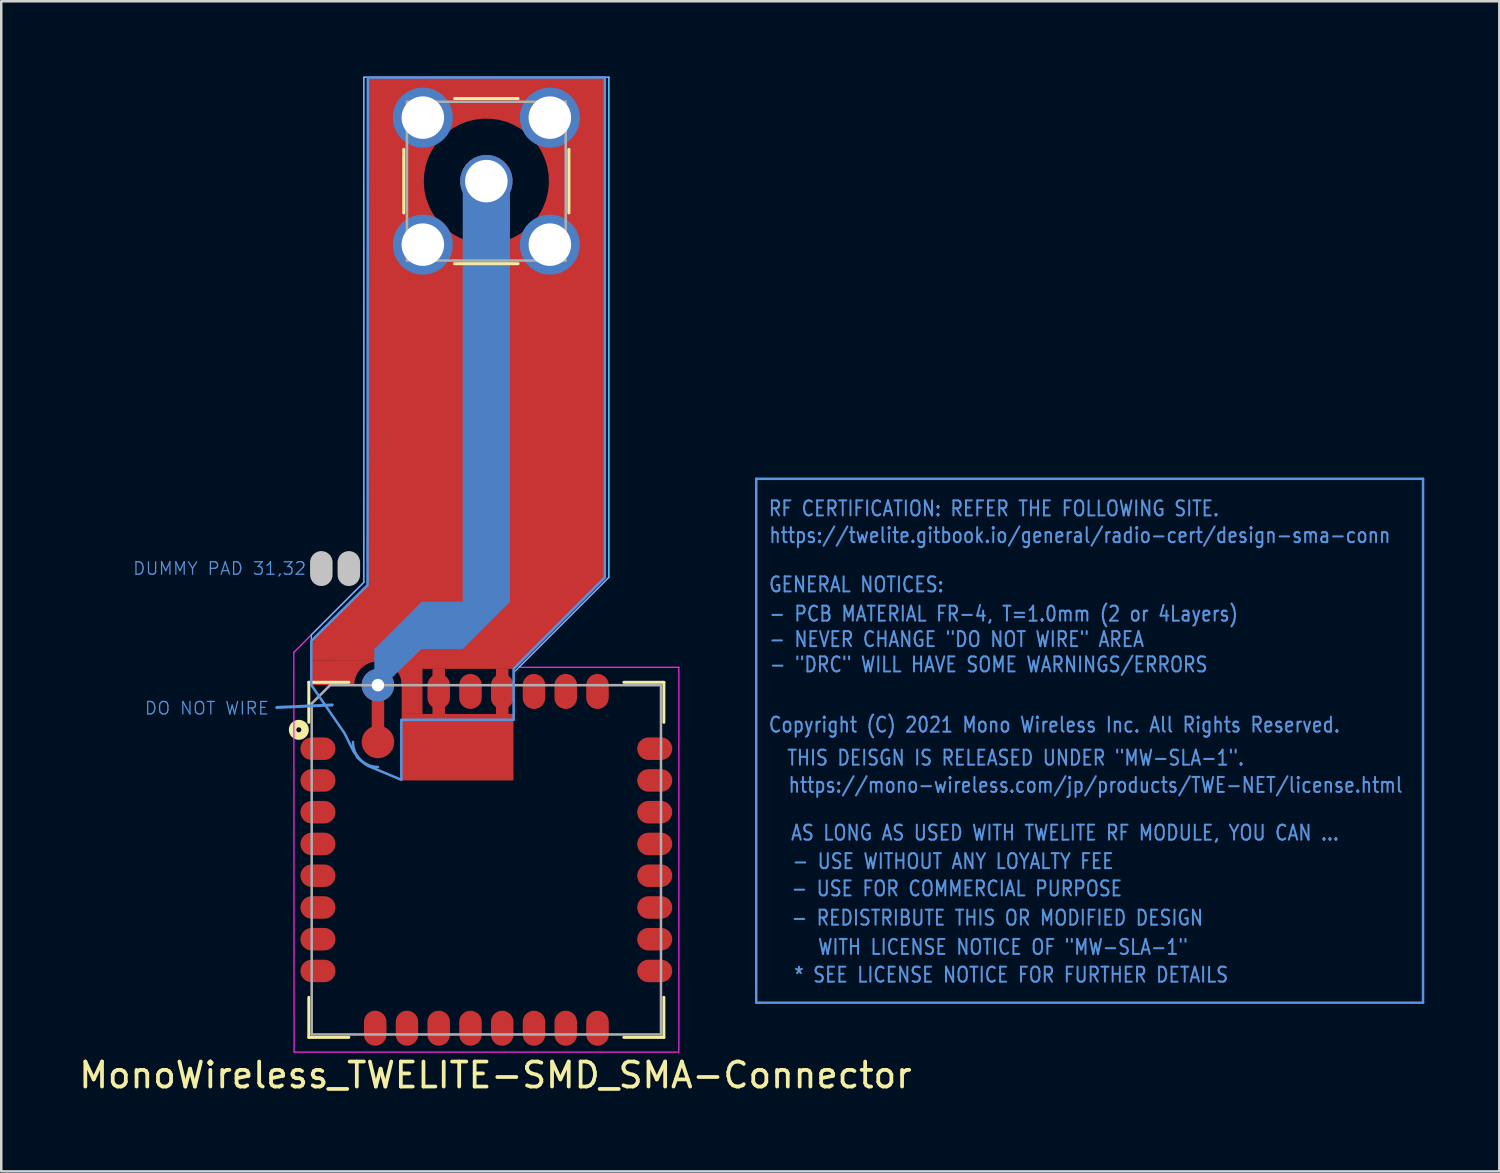
<source format=kicad_pcb>
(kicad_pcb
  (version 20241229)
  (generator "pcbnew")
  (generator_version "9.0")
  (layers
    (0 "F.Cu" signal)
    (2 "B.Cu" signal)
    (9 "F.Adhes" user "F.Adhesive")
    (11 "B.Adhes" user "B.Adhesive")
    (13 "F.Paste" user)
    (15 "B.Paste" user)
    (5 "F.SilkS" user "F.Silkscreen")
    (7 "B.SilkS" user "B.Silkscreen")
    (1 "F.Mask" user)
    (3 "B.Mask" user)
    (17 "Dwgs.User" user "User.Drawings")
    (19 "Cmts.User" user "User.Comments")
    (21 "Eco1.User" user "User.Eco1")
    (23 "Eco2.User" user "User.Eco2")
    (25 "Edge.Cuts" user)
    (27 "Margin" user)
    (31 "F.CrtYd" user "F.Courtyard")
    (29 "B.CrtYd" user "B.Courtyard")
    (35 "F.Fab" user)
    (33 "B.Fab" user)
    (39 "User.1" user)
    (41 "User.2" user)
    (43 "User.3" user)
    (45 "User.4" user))
  (footprint "MonoWireless_TWELITE-SMD_SMA-Connector"
    (layer "F.Cu")
    (at 16.402 31.34)
    (property "Reference" "MonoWireless_TWELITE-SMD_SMA-Connector" (at 0.366 8.613 0) (layer "F.SilkS") (effects (font (size 1 1) (thickness 0.15))))
    (attr through_hole)
    (fp_arc (start -5.334823 -7.028618) (mid -4.31396 -7.984761) (end -3.335775 -6.984999) (stroke (width 0.1) (type solid)) (layer "F.Cu"))
    (fp_circle (center -0.000024 -27.145) (end 2.6 -27.145) (stroke (width 0.2) (type solid)) (fill no) (layer "F.Cu"))
    (fp_poly (pts (xy -4.481 -8.433) (xy -4.461 -7.96) (xy -6.995 -7.985) (xy -6.995 -8.748)) (stroke (width 0) (type solid)) (fill yes) (layer "F.Cu"))
    (fp_poly (pts (xy -4.086 -5.21) (xy -4.586 -5.22) (xy -4.586 -6.385) (xy -4.086 -6.385)) (stroke (width 0) (type solid)) (fill yes) (layer "F.Cu"))
    (fp_poly (pts (xy -1.655 -5.81) (xy -2.155 -5.81) (xy -2.155 -7.638) (xy -1.655 -7.638)) (stroke (width 0) (type solid)) (fill yes) (layer "F.Cu"))
    (fp_poly (pts (xy 0.885 -5.81) (xy 0.385 -5.81) (xy 0.385 -7.638) (xy 0.885 -7.638)) (stroke (width 0) (type solid)) (fill yes) (layer "F.Cu"))
    (fp_poly (pts (xy 1.085 -3.175) (xy -3.386 -3.175) (xy -3.386 -5.835) (xy 1.085 -5.835)) (stroke (width 0) (type solid)) (fill yes) (layer "F.Cu"))
    (fp_poly (pts (xy -5.161 -7.61) (xy -5.336 -6.985) (xy -6.995 -6.984) (xy -6.995 -7.985) (xy -4.586 -7.985)) (stroke (width 0) (type solid)) (fill yes) (layer "F.Cu"))
    (fp_poly (pts (xy -2.555 -7.638) (xy -2.555 -5.835) (xy -3.386 -5.835) (xy -3.386 -7.635) (xy -2.555 -7.638)) (stroke (width 0) (type solid)) (fill yes) (layer "F.Cu"))
    (fp_poly (pts (xy 4.74 -11.29) (xy 1.2 -8.845) (xy 1.1 -8.845) (xy -4.4 -8.145) (xy -6.995 -8.748) (xy -4.74 -11.002) (xy 0.7 -15.545)) (stroke (width 0) (type solid)) (fill yes) (layer "F.Cu"))
    (fp_poly (pts (xy -4.611 -8.01) (xy -4.481 -8.433) (xy 4.74 -11.29) (xy 1.088 -7.638) (xy -2.555 -7.638) (xy -3.036 -7.36) (xy -3.411 -7.36) (xy -3.561 -7.66) (xy -3.861 -7.86) (xy -4.311 -8.035)) (stroke (width 0) (type solid)) (fill yes) (layer "F.Cu"))
    (fp_poly (pts (xy 0.2 -29.845) (xy -0.8 -29.645) (xy -1.6 -29.145) (xy -1.6 -30.045) (xy -2 -30.445) (xy -2.5 -30.645) (xy -3.1 -30.445) (xy -3.5 -29.945) (xy -3.4 -29.145) (xy -2.8 -28.745) (xy -2.1 -28.845) (xy -2.5 -27.845) (xy -2.6 -26.845) (xy -2.3 -25.945) (xy -2.1 -25.445) (xy -2.7 -25.645) (xy -3.3 -25.245) (xy -3.5 -24.645) (xy -3.4 -24.045) (xy -2.7 -23.645) (xy -1.9 -23.845) (xy -1.6 -24.345) (xy -1.7 -25.045) (xy 0.1 -24.445) (xy 0.1 -14.645) (xy -4.74 -11.002) (xy -4.74 -31.285) (xy -0.000024 -31.285)) (stroke (width 0) (type solid)) (fill yes) (layer "F.Cu"))
    (fp_poly (pts (xy 4.74 -11.29) (xy -0.5 -14.745) (xy -0.000024 -24.545) (xy 0.7 -24.645) (xy 1.6 -25.045) (xy 1.6 -24.845) (xy 1.7 -24.145) (xy 2 -23.745) (xy 2.4 -23.645) (xy 2.9 -23.645) (xy 3.2 -23.845) (xy 3.5 -24.245) (xy 3.4 -24.845) (xy 3.2 -25.345) (xy 2.7 -25.645) (xy 2.1 -25.545) (xy 2.4 -26.145) (xy 2.6 -27.045) (xy 2.5 -27.745) (xy 2.2 -28.545) (xy 2.2 -28.845) (xy 2.7 -28.745) (xy 3.1 -28.945) (xy 3.4 -29.245) (xy 3.5 -29.745) (xy 3.3 -30.245) (xy 2.8 -30.645) (xy 2.2 -30.645) (xy 1.8 -30.345) (xy 1.6 -29.945) (xy 1.6 -29.545) (xy 1.7 -29.245) (xy 1.2 -29.445) (xy 0.3 -29.745) (xy -0.2 -29.745) (xy -0.000024 -31.285) (xy 4.74 -31.285)) (stroke (width 0) (type solid)) (fill yes) (layer "F.Cu"))
    (fp_circle (center -4.336 -6.985) (end -4.236 -6.985) (stroke (width 0.3) (type solid)) (fill no) (layer "F.Mask"))
    (fp_circle (center -2.54 -29.685) (end -1.49 -29.685) (stroke (width 0.3) (type solid)) (fill no) (layer "B.Cu"))
    (fp_circle (center -2.54 -24.605) (end -1.49 -24.605) (stroke (width 0.3) (type solid)) (fill no) (layer "B.Cu"))
    (fp_circle (center 2.54 -29.685) (end 3.59 -29.685) (stroke (width 0.3) (type solid)) (fill no) (layer "B.Cu"))
    (fp_circle (center 2.54 -24.605) (end 3.59 -24.605) (stroke (width 0.3) (type solid)) (fill no) (layer "B.Cu"))
    (fp_poly (pts (xy -0.836 -26.685) (xy -0.436 -26.285) (xy 0.264 -26.185) (xy 0.664 -26.485) (xy 0.964 -26.985) (xy 0.945 -26.49) (xy 0.945 -10.323) (xy -0.945 -8.433) (xy -2.591 -8.433) (xy -3.765 -7.296) (xy -4.066 -7.495) (xy -4.196 -7.555) (xy -4.336 -7.585) (xy -4.481 -7.619) (xy -4.481 -8.433) (xy -2.591 -10.323) (xy -0.945 -10.323) (xy -0.945 -26.49) (xy -0.946 -26.885)) (stroke (width 0) (type solid)) (fill yes) (layer "B.Cu"))
    (fp_circle (center -2.54 -29.685) (end -1.49 -29.685) (stroke (width 0.3) (type solid)) (fill no) (layer "B.Mask"))
    (fp_circle (center -2.54 -24.605) (end -1.49 -24.605) (stroke (width 0.3) (type solid)) (fill no) (layer "B.Mask"))
    (fp_circle (center 2.54 -29.685) (end 3.59 -29.685) (stroke (width 0.3) (type solid)) (fill no) (layer "B.Mask"))
    (fp_circle (center 2.54 -24.605) (end 3.59 -24.605) (stroke (width 0.3) (type solid)) (fill no) (layer "B.Mask"))
    (fp_line (start -7.1 -7.1) (end -7.1 -5.5) (stroke (width 0.12) (type solid)) (layer "F.SilkS"))
    (fp_line (start -7.1 -7.1) (end -5.5 -7.1) (stroke (width 0.12) (type solid)) (layer "F.SilkS"))
    (fp_line (start -7.1 7.1) (end -7.1 5.5) (stroke (width 0.12) (type solid)) (layer "F.SilkS"))
    (fp_line (start -5.5 7.1) (end -7.1 7.1) (stroke (width 0.12) (type solid)) (layer "F.SilkS"))
    (fp_line (start -3.302 -28.415) (end -3.302 -25.875) (stroke (width 0.12) (type solid)) (layer "F.SilkS"))
    (fp_line (start -1.27 -23.843) (end 1.27 -23.843) (stroke (width 0.12) (type solid)) (layer "F.SilkS"))
    (fp_line (start 1.27 -30.447) (end -1.27 -30.447) (stroke (width 0.12) (type solid)) (layer "F.SilkS"))
    (fp_line (start 3.302 -25.875) (end 3.302 -28.415) (stroke (width 0.12) (type solid)) (layer "F.SilkS"))
    (fp_line (start 7.1 -7.1) (end 5.5 -7.1) (stroke (width 0.12) (type solid)) (layer "F.SilkS"))
    (fp_line (start 7.1 -7.1) (end 7.1 -5.5) (stroke (width 0.12) (type solid)) (layer "F.SilkS"))
    (fp_line (start 7.1 7.1) (end 5.5 7.1) (stroke (width 0.12) (type solid)) (layer "F.SilkS"))
    (fp_line (start 7.1 7.1) (end 7.1 5.5) (stroke (width 0.12) (type solid)) (layer "F.SilkS"))
    (fp_circle (center -7.5 -5.2) (end -7.4 -5.2) (stroke (width 0.3) (type solid)) (fill no) (layer "F.SilkS"))
    (fp_circle (center -4.335 -4.715) (end -4.035 -4.715) (stroke (width 0.75) (type solid)) (fill no) (layer "F.Paste"))
    (fp_line (start -6.165 -6.194) (end -8.382 -6.094) (stroke (width 0.12) (type solid)) (layer "Cmts.User"))
    (fp_line (start 10.795 -15.24) (end 37.465 -15.24) (stroke (width 0.1) (type solid)) (layer "Cmts.User"))
    (fp_line (start 10.795 5.715) (end 10.795 -15.24) (stroke (width 0.1) (type solid)) (layer "Cmts.User"))
    (fp_line (start 37.465 -15.24) (end 37.465 5.715) (stroke (width 0.1) (type solid)) (layer "Cmts.User"))
    (fp_line (start 37.465 5.715) (end 10.795 5.715) (stroke (width 0.1) (type solid)) (layer "Cmts.User"))
    (fp_arc (start -4.335 -3.715) (mid -5.042107 -4.007893) (end -5.335 -4.715) (stroke (width 0.1) (type solid)) (layer "Cmts.User"))
    (fp_poly (pts (xy 4.74 -11.288) (xy 1.09 -7.636) (xy 1.09 -5.6) (xy -3.4 -5.6) (xy -3.4 -3.2) (xy -4.725 -3.755) (xy -5.045 -3.985) (xy -5.305 -4.325) (xy -5.674 -5.065) (xy -7.005 -6.998) (xy -7 -8.758) (xy -4.752 -10.988) (xy -4.74 -31.286) (xy 4.74 -31.29)) (stroke (width 0.1) (type solid)) (fill no) (layer "Cmts.User"))
    (fp_line (start -7 -9) (end -7 -7) (stroke (width 0.05) (type solid)) (layer "B.CrtYd"))
    (fp_line (start -5.655 -5.045) (end -7 -7) (stroke (width 0.05) (type solid)) (layer "B.CrtYd"))
    (fp_line (start -5.405 -4.525) (end -5.655 -5.045) (stroke (width 0.05) (type solid)) (layer "B.CrtYd"))
    (fp_line (start -5.165 -4.075) (end -5.405 -4.525) (stroke (width 0.05) (type solid)) (layer "B.CrtYd"))
    (fp_line (start -5.165 -4.075) (end -4.875 -3.825) (stroke (width 0.05) (type solid)) (layer "B.CrtYd"))
    (fp_line (start -4.9 -31.3) (end -4.9 -11.1) (stroke (width 0.05) (type solid)) (layer "B.CrtYd"))
    (fp_line (start -4.9 -11.1) (end -7 -9) (stroke (width 0.05) (type solid)) (layer "B.CrtYd"))
    (fp_line (start -4.875 -3.825) (end -4.565 -3.675) (stroke (width 0.05) (type solid)) (layer "B.CrtYd"))
    (fp_line (start -4.565 -3.675) (end -3.4 -3.2) (stroke (width 0.05) (type solid)) (layer "B.CrtYd"))
    (fp_line (start -3.4 -5.6) (end 1.1 -5.6) (stroke (width 0.05) (type solid)) (layer "B.CrtYd"))
    (fp_line (start -3.4 -3.2) (end -3.4 -5.6) (stroke (width 0.05) (type solid)) (layer "B.CrtYd"))
    (fp_line (start 1.1 -7.5) (end 4.9 -11.3) (stroke (width 0.05) (type solid)) (layer "B.CrtYd"))
    (fp_line (start 1.1 -5.6) (end 1.1 -7.5) (stroke (width 0.05) (type solid)) (layer "B.CrtYd"))
    (fp_line (start 4.9 -31.3) (end -4.9 -31.3) (stroke (width 0.05) (type solid)) (layer "B.CrtYd"))
    (fp_line (start 4.9 -11.3) (end 4.9 -31.3) (stroke (width 0.05) (type solid)) (layer "B.CrtYd"))
    (fp_line (start -7.7 -8.3) (end -7.69 7.69) (stroke (width 0.05) (type solid)) (layer "F.CrtYd"))
    (fp_line (start -7.69 7.69) (end 7.69 7.69) (stroke (width 0.05) (type solid)) (layer "F.CrtYd"))
    (fp_line (start -4.9 -31.3) (end -4.9 -11.1) (stroke (width 0.05) (type solid)) (layer "F.CrtYd"))
    (fp_line (start -4.9 -11.1) (end -7.7 -8.3) (stroke (width 0.05) (type solid)) (layer "F.CrtYd"))
    (fp_line (start 1.3 -7.7) (end 4.9 -11.3) (stroke (width 0.05) (type solid)) (layer "F.CrtYd"))
    (fp_line (start 4.9 -31.3) (end -4.9 -31.3) (stroke (width 0.05) (type solid)) (layer "F.CrtYd"))
    (fp_line (start 4.9 -11.3) (end 4.9 -31.3) (stroke (width 0.05) (type solid)) (layer "F.CrtYd"))
    (fp_line (start 7.7 -7.7) (end 1.3 -7.7) (stroke (width 0.05) (type solid)) (layer "F.CrtYd"))
    (fp_line (start 7.7 7.69) (end 7.7 -7.7) (stroke (width 0.05) (type solid)) (layer "F.CrtYd"))
    (fp_line (start -6.985 -6.25) (end -6.985 6.985) (stroke (width 0.1) (type solid)) (layer "F.Fab"))
    (fp_line (start -6.985 6.985) (end 6.985 6.985) (stroke (width 0.1) (type solid)) (layer "F.Fab"))
    (fp_line (start -6.25 -6.985) (end -6.985 -6.25) (stroke (width 0.1) (type solid)) (layer "F.Fab"))
    (fp_line (start -3.175 -30.32) (end -3.175 -23.97) (stroke (width 0.1) (type solid)) (layer "F.Fab"))
    (fp_line (start -3.175 -23.97) (end 3.175 -23.97) (stroke (width 0.1) (type solid)) (layer "F.Fab"))
    (fp_line (start 3.175 -30.32) (end -3.175 -30.32) (stroke (width 0.1) (type solid)) (layer "F.Fab"))
    (fp_line (start 3.175 -24.605) (end 3.175 -30.32) (stroke (width 0.1) (type solid)) (layer "F.Fab"))
    (fp_line (start 6.985 -6.985) (end -6.25 -6.985) (stroke (width 0.1) (type solid)) (layer "F.Fab"))
    (fp_line (start 6.985 6.985) (end 6.985 -6.985) (stroke (width 0.1) (type solid)) (layer "F.Fab"))
    (fp_text user "GENERAL NOTICES:" (at 11.26 -11.01 0) (layer "Cmts.User") (effects (font (size 0.6 0.5) (thickness 0.08)) (justify left)))
    (fp_text user "DO NOT WIRE" (at -11.176 -6.063 0) (layer "Cmts.User") (effects (font (size 0.5 0.5) (thickness 0.05))))
    (fp_text user "* SEE LICENSE NOTICE FOR FURTHER DETAILS" (at 12.26 4.6 0) (layer "Cmts.User") (effects (font (size 0.6 0.5) (thickness 0.08)) (justify left)))
    (fp_text user "DUMMY PAD 31,32" (at -10.668 -11.651 0) (layer "Cmts.User") (effects (font (size 0.5 0.5) (thickness 0.05))))
    (fp_text user "AS LONG AS USED WITH TWELITE RF MODULE, YOU CAN ..." (at 12.14 -1.08 0) (layer "Cmts.User") (effects (font (size 0.6 0.5) (thickness 0.08)) (justify left)))
    (fp_text user "- NEVER CHANGE \"DO NOT WIRE\" AREA" (at 11.27 -8.82 0) (layer "Cmts.User") (effects (font (size 0.6 0.5) (thickness 0.08)) (justify left)))
    (fp_text user "THIS DEISGN IS RELEASED UNDER \"MW-SLA-1\"." (at 11.99 -4.08 0) (layer "Cmts.User") (effects (font (size 0.6 0.5) (thickness 0.08)) (justify left)))
    (fp_text user "- \"DRC\" WILL HAVE SOME WARNINGS/ERRORS" (at 11.29 -7.81 0) (layer "Cmts.User") (effects (font (size 0.6 0.5) (thickness 0.08)) (justify left)))
    (fp_text user "RF CERTIFICATION: REFER THE FOLLOWING SITE." (at 11.25 -14.05 0) (layer "Cmts.User") (effects (font (size 0.6 0.5) (thickness 0.08)) (justify left)))
    (fp_text user "https://mono-wireless.com/jp/products/TWE-NET/license.html" (at 12.04 -2.99 0) (layer "Cmts.User") (effects (font (size 0.6 0.5) (thickness 0.08)) (justify left)))
    (fp_text user "- REDISTRIBUTE THIS OR MODIFIED DESIGN" (at 12.16 2.32 0) (layer "Cmts.User") (effects (font (size 0.6 0.5) (thickness 0.08)) (justify left)))
    (fp_text user "WITH LICENSE NOTICE OF \"MW-SLA-1\"" (at 13.22 3.49 0) (layer "Cmts.User") (effects (font (size 0.6 0.5) (thickness 0.08)) (justify left)))
    (fp_text user "Copyright (C) 2021 Mono Wireless Inc. All Rights Reserved." (at 11.25 -5.4 0) (layer "Cmts.User") (effects (font (size 0.6 0.5) (thickness 0.08)) (justify left)))
    (fp_text user "- USE WITHOUT ANY LOYALTY FEE" (at 12.2 0.06 0) (layer "Cmts.User") (effects (font (size 0.6 0.5) (thickness 0.08)) (justify left)))
    (fp_text user "- USE FOR COMMERCIAL PURPOSE" (at 12.16 1.15 0) (layer "Cmts.User") (effects (font (size 0.6 0.5) (thickness 0.08)) (justify left)))
    (fp_text user "- PCB MATERIAL FR-4, T=1.0mm (2 or 4Layers)" (at 11.27 -9.84 0) (layer "Cmts.User") (effects (font (size 0.6 0.5) (thickness 0.08)) (justify left)))
    (fp_text user "https://twelite.gitbook.io/general/radio-cert/design-sma-conn" (at 11.27 -12.98 0) (layer "Cmts.User") (effects (font (size 0.6 0.5) (thickness 0.08)) (justify left)))
    (pad "" smd custom (at -6.6 -11.9 270) (size 0.9 0.9) (layers "Dwgs.User") (options (anchor circle)) (primitives (gr_poly (pts (xy 0.715 0.175) (xy 0.315 0.175) (xy 0.315 -0.225) (xy 0.715 -0.225)) (width 0.1) (fill yes)) (gr_circle (center 0.5 0) (end 0.8 0) (width 0.3) (fill no)) (gr_poly (pts (xy 0.45 0.45) (xy -0.05 0.45) (xy -0.05 -0.45) (xy 0.45 -0.45)) (width 0) (fill yes))))
    (pad "" smd custom (at -5.5 -11.9 270) (size 0.9 0.9) (layers "Dwgs.User") (options (anchor circle)) (primitives (gr_poly (pts (xy 0.715 0.175) (xy 0.315 0.175) (xy 0.315 -0.225) (xy 0.715 -0.225)) (width 0.1) (fill yes)) (gr_circle (center 0.5 0) (end 0.8 0) (width 0.3) (fill no)) (gr_poly (pts (xy 0.45 0.45) (xy -0.05 0.45) (xy -0.05 -0.45) (xy 0.45 -0.45)) (width 0) (fill yes))))
    (pad "" thru_hole circle (at -4.336 -6.985) (size 1.3 1.3) (drill 0.5) (layers "*.Cu" "B.Mask"))
    (pad "" smd circle (at -4.335 -4.715) (size 1.3 1.3) (layers "F.Cu" "F.Mask"))
    (pad "" thru_hole custom (at -2.54 -29.685 270) (size 2.1 2.1) (drill 1.7) (layers "*.Cu" "*.Mask") (options (anchor circle)) (primitives (gr_poly (pts (xy 0.715 0.175) (xy 0.315 0.175) (xy 0.315 -0.225) (xy 0.715 -0.225)) (width 0.1) (fill yes)) (gr_circle (center 0.5 0) (end 0.8 0) (width 0.3) (fill no)) (gr_poly (pts (xy 0.45 0.45) (xy -0.05 0.45) (xy -0.05 -0.45) (xy 0.45 -0.45)) (width 0) (fill yes))))
    (pad "" thru_hole custom (at -2.54 -24.605 270) (size 2.1 2.1) (drill 1.7) (layers "*.Cu" "*.Mask") (options (anchor circle)) (primitives (gr_poly (pts (xy 0.715 0.175) (xy 0.315 0.175) (xy 0.315 -0.225) (xy 0.715 -0.225)) (width 0.1) (fill yes)) (gr_circle (center 0.5 0) (end 0.8 0) (width 0.3) (fill no)) (gr_poly (pts (xy 0.45 0.45) (xy -0.05 0.45) (xy -0.05 -0.45) (xy 0.45 -0.45)) (width 0) (fill yes))))
    (pad "" thru_hole custom (at -0.000024 -27.145 270) (size 2.1 2.1) (drill 1.7) (layers "*.Cu" "*.Mask") (options (anchor circle)) (primitives (gr_poly (pts (xy 0.715 0.175) (xy 0.315 0.175) (xy 0.315 -0.225) (xy 0.715 -0.225)) (width 0.1) (fill yes)) (gr_circle (center 0.5 0) (end 0.8 0) (width 0.3) (fill no)) (gr_poly (pts (xy 0.45 0.45) (xy -0.05 0.45) (xy -0.05 -0.45) (xy 0.45 -0.45)) (width 0) (fill yes))))
    (pad "" thru_hole custom (at 2.54 -29.685 270) (size 2.1 2.1) (drill 1.7) (layers "*.Cu" "*.Mask") (options (anchor circle)) (primitives (gr_poly (pts (xy 0.715 0.175) (xy 0.315 0.175) (xy 0.315 -0.225) (xy 0.715 -0.225)) (width 0.1) (fill yes)) (gr_circle (center 0.5 0) (end 0.8 0) (width 0.3) (fill no)) (gr_poly (pts (xy 0.45 0.45) (xy -0.05 0.45) (xy -0.05 -0.45) (xy 0.45 -0.45)) (width 0) (fill yes))))
    (pad "" thru_hole custom (at 2.54 -24.605 270) (size 2.1 2.1) (drill 1.7) (layers "*.Cu" "*.Mask") (options (anchor circle)) (primitives (gr_poly (pts (xy 0.715 0.175) (xy 0.315 0.175) (xy 0.315 -0.225) (xy 0.715 -0.225)) (width 0.1) (fill yes)) (gr_circle (center 0.5 0) (end 0.8 0) (width 0.3) (fill no)) (gr_poly (pts (xy 0.45 0.45) (xy -0.05 0.45) (xy -0.05 -0.45) (xy 0.45 -0.45)) (width 0) (fill yes))))
    (pad "1" smd oval (at -6.735 -4.445 180) (size 1.4 0.9) (layers "F.Cu" "F.Mask" "F.Paste"))
    (pad "2" smd oval (at -6.735 -3.175 180) (size 1.4 0.9) (layers "F.Cu" "F.Mask" "F.Paste"))
    (pad "3" smd oval (at -6.735 -1.905 180) (size 1.4 0.9) (layers "F.Cu" "F.Mask" "F.Paste"))
    (pad "4" smd oval (at -6.735 -0.635 180) (size 1.4 0.9) (layers "F.Cu" "F.Mask" "F.Paste"))
    (pad "5" smd oval (at -6.735 0.635 180) (size 1.4 0.9) (layers "F.Cu" "F.Mask" "F.Paste"))
    (pad "6" smd oval (at -6.735 1.905 180) (size 1.4 0.9) (layers "F.Cu" "F.Mask" "F.Paste"))
    (pad "7" smd oval (at -6.735 3.175 180) (size 1.4 0.9) (layers "F.Cu" "F.Mask" "F.Paste"))
    (pad "8" smd oval (at -6.735 4.445 180) (size 1.4 0.9) (layers "F.Cu" "F.Mask" "F.Paste"))
    (pad "9" smd oval (at -4.445 6.735 270) (size 1.4 0.9) (layers "F.Cu" "F.Mask" "F.Paste"))
    (pad "10" smd oval (at -3.175 6.735 270) (size 1.4 0.9) (layers "F.Cu" "F.Mask" "F.Paste"))
    (pad "11" smd oval (at -1.905 6.735 270) (size 1.4 0.9) (layers "F.Cu" "F.Mask" "F.Paste"))
    (pad "12" smd oval (at -0.635 6.735 270) (size 1.4 0.9) (layers "F.Cu" "F.Mask" "F.Paste"))
    (pad "13" smd oval (at 0.635 6.735 270) (size 1.4 0.9) (layers "F.Cu" "F.Mask" "F.Paste"))
    (pad "14" smd oval (at 1.905 6.735 270) (size 1.4 0.9) (layers "F.Cu" "F.Mask" "F.Paste"))
    (pad "15" smd oval (at 3.175 6.735 270) (size 1.4 0.9) (layers "F.Cu" "F.Mask" "F.Paste"))
    (pad "16" smd oval (at 4.445 6.735 270) (size 1.4 0.9) (layers "F.Cu" "F.Mask" "F.Paste"))
    (pad "17" smd oval (at 6.735 4.445) (size 1.4 0.9) (layers "F.Cu" "F.Mask" "F.Paste"))
    (pad "18" smd oval (at 6.735 3.175) (size 1.4 0.9) (layers "F.Cu" "F.Mask" "F.Paste"))
    (pad "19" smd oval (at 6.735 1.905) (size 1.4 0.9) (layers "F.Cu" "F.Mask" "F.Paste"))
    (pad "20" smd oval (at 6.735 0.635) (size 1.4 0.9) (layers "F.Cu" "F.Mask" "F.Paste"))
    (pad "21" smd oval (at 6.735 -0.635) (size 1.4 0.9) (layers "F.Cu" "F.Mask" "F.Paste"))
    (pad "22" smd oval (at 6.735 -1.905) (size 1.4 0.9) (layers "F.Cu" "F.Mask" "F.Paste"))
    (pad "23" smd oval (at 6.735 -3.175) (size 1.4 0.9) (layers "F.Cu" "F.Mask" "F.Paste"))
    (pad "24" smd oval (at 6.735 -4.445) (size 1.4 0.9) (layers "F.Cu" "F.Mask" "F.Paste"))
    (pad "25" smd oval (at 4.445 -6.735 90) (size 1.4 0.9) (layers "F.Cu" "F.Mask" "F.Paste"))
    (pad "26" smd oval (at 3.175 -6.735 90) (size 1.4 0.9) (layers "F.Cu" "F.Mask" "F.Paste"))
    (pad "27" smd oval (at 1.905 -6.735 90) (size 1.4 0.9) (layers "F.Cu" "F.Mask" "F.Paste"))
    (pad "28" smd oval (at 0.635 -6.735 90) (size 1.4 0.9) (layers "F.Cu" "F.Mask" "F.Paste"))
    (pad "29" smd oval (at -0.635 -6.735 90) (size 1.4 0.9) (layers "F.Cu" "F.Mask" "F.Paste"))
    (pad "30" smd oval (at -1.905 -6.735 90) (size 1.4 0.9) (layers "F.Cu" "F.Mask" "F.Paste")))
  (gr_rect
    (start -3 -3)
    (end 56.917 43.801)
    (stroke (width 0.1) (type default))
    (fill no)
    (layer "Edge.Cuts")))
</source>
